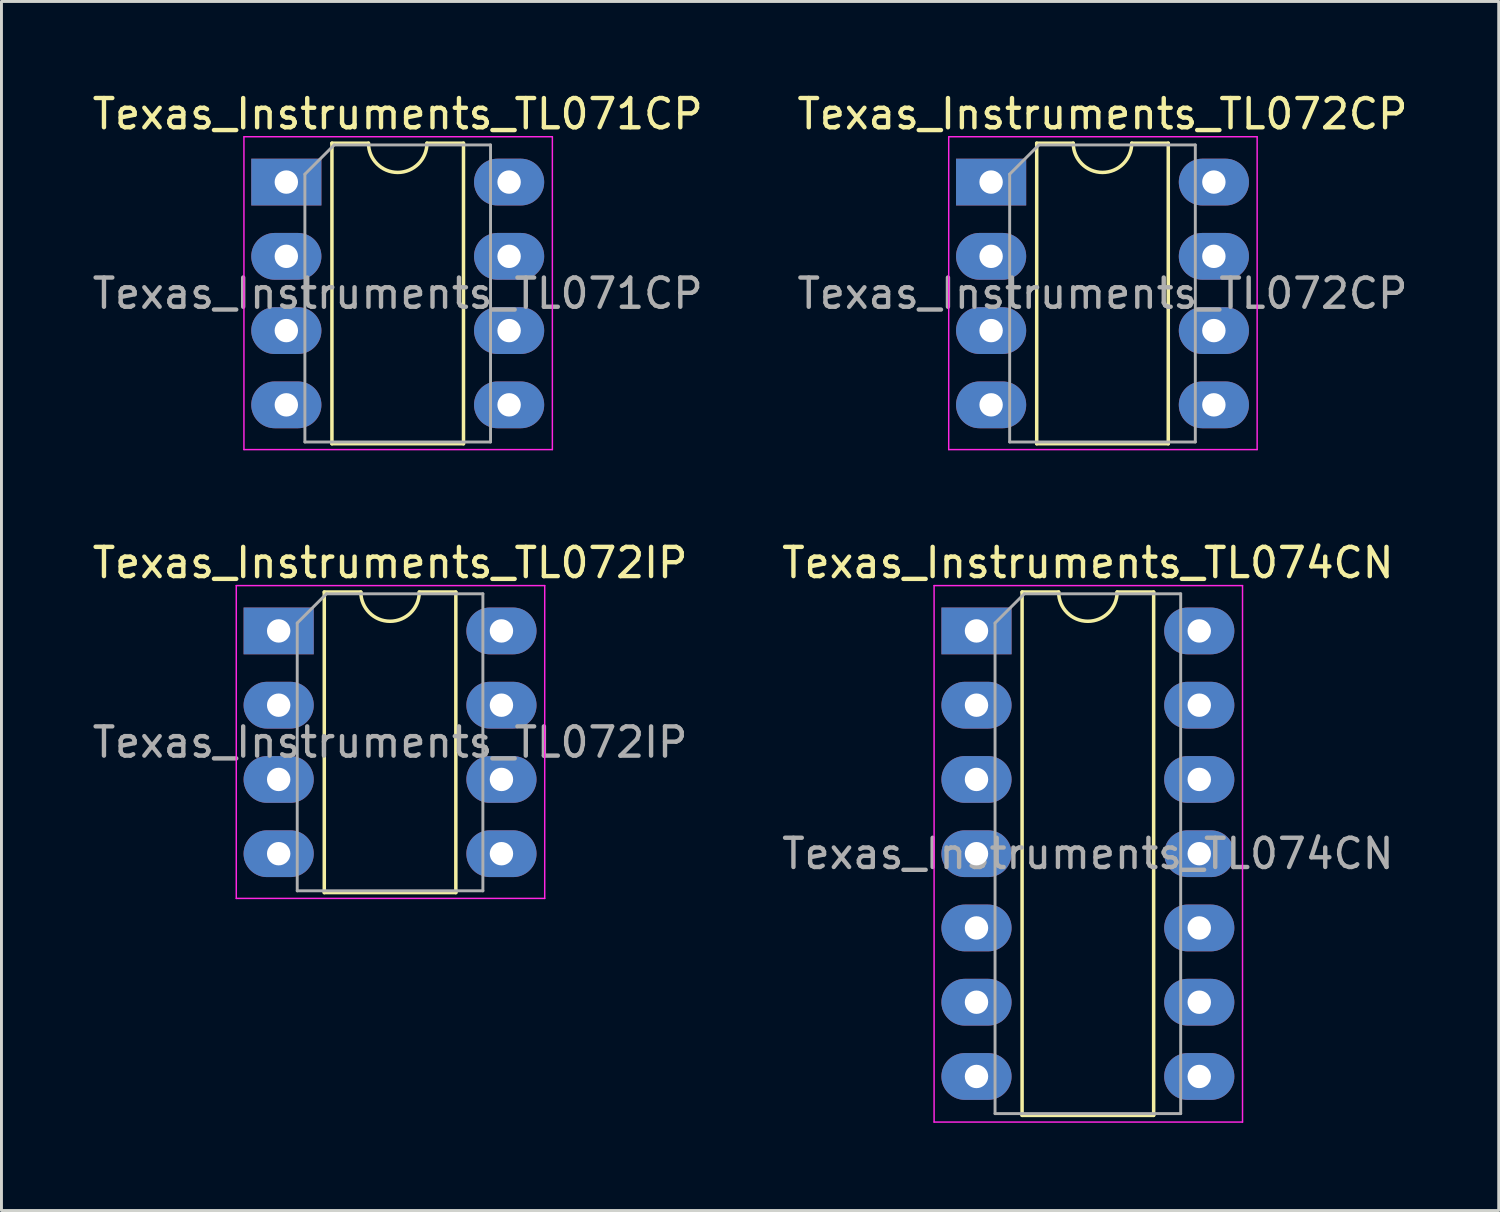
<source format=kicad_pcb>
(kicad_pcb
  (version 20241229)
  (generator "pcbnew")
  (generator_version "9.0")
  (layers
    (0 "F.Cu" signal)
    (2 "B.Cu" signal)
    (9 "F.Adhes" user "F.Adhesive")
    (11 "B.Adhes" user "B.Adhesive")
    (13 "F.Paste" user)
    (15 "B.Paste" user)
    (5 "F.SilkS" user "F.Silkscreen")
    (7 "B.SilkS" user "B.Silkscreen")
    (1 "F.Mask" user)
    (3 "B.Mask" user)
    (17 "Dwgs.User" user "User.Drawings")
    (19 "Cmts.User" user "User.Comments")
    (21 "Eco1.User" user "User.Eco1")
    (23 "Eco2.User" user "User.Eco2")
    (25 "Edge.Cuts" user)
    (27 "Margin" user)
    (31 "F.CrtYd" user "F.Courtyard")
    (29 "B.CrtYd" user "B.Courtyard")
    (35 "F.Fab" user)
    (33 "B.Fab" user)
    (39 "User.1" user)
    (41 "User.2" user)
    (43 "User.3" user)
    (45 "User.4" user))
  (footprint "Texas_Instruments_TL072CP"
    (layer "F.Cu")
    (at 34.661 6.988)
    (property "Reference" "Texas_Instruments_TL072CP" (at 0 -6.14 0) (layer "F.SilkS") (effects (font (size 1 1) (thickness 0.15))))
    (attr through_hole)
    (fp_line (start -2.25 -5.14) (end -2.25 5.14) (stroke (width 0.12) (type solid)) (layer "F.SilkS"))
    (fp_line (start -2.25 5.14) (end 2.25 5.14) (stroke (width 0.12) (type solid)) (layer "F.SilkS"))
    (fp_line (start -1 -5.14) (end -2.25 -5.14) (stroke (width 0.12) (type solid)) (layer "F.SilkS"))
    (fp_line (start 2.25 -5.14) (end 1 -5.14) (stroke (width 0.12) (type solid)) (layer "F.SilkS"))
    (fp_line (start 2.25 5.14) (end 2.25 -5.14) (stroke (width 0.12) (type solid)) (layer "F.SilkS"))
    (fp_arc (start 1 -5.14) (mid 0 -4.14) (end -1 -5.14) (stroke (width 0.12) (type solid)) (layer "F.SilkS"))
    (fp_line (start -5.26 -5.36) (end -5.26 5.34) (stroke (width 0.05) (type solid)) (layer "F.CrtYd"))
    (fp_line (start -5.26 5.34) (end 5.29 5.34) (stroke (width 0.05) (type solid)) (layer "F.CrtYd"))
    (fp_line (start 5.29 -5.36) (end -5.26 -5.36) (stroke (width 0.05) (type solid)) (layer "F.CrtYd"))
    (fp_line (start 5.29 5.34) (end 5.29 -5.36) (stroke (width 0.05) (type solid)) (layer "F.CrtYd"))
    (fp_line (start -3.175 -4.08) (end -2.175 -5.08) (stroke (width 0.1) (type solid)) (layer "F.Fab"))
    (fp_line (start -3.175 5.08) (end -3.175 -4.08) (stroke (width 0.1) (type solid)) (layer "F.Fab"))
    (fp_line (start -2.175 -5.08) (end 3.175 -5.08) (stroke (width 0.1) (type solid)) (layer "F.Fab"))
    (fp_line (start 3.175 -5.08) (end 3.175 5.08) (stroke (width 0.1) (type solid)) (layer "F.Fab"))
    (fp_line (start 3.175 5.08) (end -3.175 5.08) (stroke (width 0.1) (type solid)) (layer "F.Fab"))
    (fp_text user "${REFERENCE}" (at 0 0 0) (layer "F.Fab") (effects (font (size 1 1) (thickness 0.15))))
    (pad "1" thru_hole rect (at -3.81 -3.81) (size 2.4 1.6) (drill 0.8) (layers "*.Cu" "*.Mask"))
    (pad "2" thru_hole oval (at -3.81 -1.27) (size 2.4 1.6) (drill 0.8) (layers "*.Cu" "*.Mask"))
    (pad "3" thru_hole oval (at -3.81 1.27) (size 2.4 1.6) (drill 0.8) (layers "*.Cu" "*.Mask"))
    (pad "4" thru_hole oval (at -3.81 3.81) (size 2.4 1.6) (drill 0.8) (layers "*.Cu" "*.Mask"))
    (pad "5" thru_hole oval (at 3.81 3.81) (size 2.4 1.6) (drill 0.8) (layers "*.Cu" "*.Mask"))
    (pad "6" thru_hole oval (at 3.81 1.27) (size 2.4 1.6) (drill 0.8) (layers "*.Cu" "*.Mask"))
    (pad "7" thru_hole oval (at 3.81 -1.27) (size 2.4 1.6) (drill 0.8) (layers "*.Cu" "*.Mask"))
    (pad "8" thru_hole oval (at 3.81 -3.81) (size 2.4 1.6) (drill 0.8) (layers "*.Cu" "*.Mask")))
  (footprint "Texas_Instruments_TL072IP"
    (layer "F.Cu")
    (at 10.292 22.341)
    (property "Reference" "Texas_Instruments_TL072IP" (at 0 -6.14 0) (layer "F.SilkS") (effects (font (size 1 1) (thickness 0.15))))
    (attr through_hole)
    (fp_line (start -2.25 -5.14) (end -2.25 5.14) (stroke (width 0.12) (type solid)) (layer "F.SilkS"))
    (fp_line (start -2.25 5.14) (end 2.25 5.14) (stroke (width 0.12) (type solid)) (layer "F.SilkS"))
    (fp_line (start -1 -5.14) (end -2.25 -5.14) (stroke (width 0.12) (type solid)) (layer "F.SilkS"))
    (fp_line (start 2.25 -5.14) (end 1 -5.14) (stroke (width 0.12) (type solid)) (layer "F.SilkS"))
    (fp_line (start 2.25 5.14) (end 2.25 -5.14) (stroke (width 0.12) (type solid)) (layer "F.SilkS"))
    (fp_arc (start 1 -5.14) (mid 0 -4.14) (end -1 -5.14) (stroke (width 0.12) (type solid)) (layer "F.SilkS"))
    (fp_line (start -5.26 -5.36) (end -5.26 5.34) (stroke (width 0.05) (type solid)) (layer "F.CrtYd"))
    (fp_line (start -5.26 5.34) (end 5.29 5.34) (stroke (width 0.05) (type solid)) (layer "F.CrtYd"))
    (fp_line (start 5.29 -5.36) (end -5.26 -5.36) (stroke (width 0.05) (type solid)) (layer "F.CrtYd"))
    (fp_line (start 5.29 5.34) (end 5.29 -5.36) (stroke (width 0.05) (type solid)) (layer "F.CrtYd"))
    (fp_line (start -3.175 -4.08) (end -2.175 -5.08) (stroke (width 0.1) (type solid)) (layer "F.Fab"))
    (fp_line (start -3.175 5.08) (end -3.175 -4.08) (stroke (width 0.1) (type solid)) (layer "F.Fab"))
    (fp_line (start -2.175 -5.08) (end 3.175 -5.08) (stroke (width 0.1) (type solid)) (layer "F.Fab"))
    (fp_line (start 3.175 -5.08) (end 3.175 5.08) (stroke (width 0.1) (type solid)) (layer "F.Fab"))
    (fp_line (start 3.175 5.08) (end -3.175 5.08) (stroke (width 0.1) (type solid)) (layer "F.Fab"))
    (fp_text user "${REFERENCE}" (at 0 0 0) (layer "F.Fab") (effects (font (size 1 1) (thickness 0.15))))
    (pad "1" thru_hole rect (at -3.81 -3.81) (size 2.4 1.6) (drill 0.8) (layers "*.Cu" "*.Mask"))
    (pad "2" thru_hole oval (at -3.81 -1.27) (size 2.4 1.6) (drill 0.8) (layers "*.Cu" "*.Mask"))
    (pad "3" thru_hole oval (at -3.81 1.27) (size 2.4 1.6) (drill 0.8) (layers "*.Cu" "*.Mask"))
    (pad "4" thru_hole oval (at -3.81 3.81) (size 2.4 1.6) (drill 0.8) (layers "*.Cu" "*.Mask"))
    (pad "5" thru_hole oval (at 3.81 3.81) (size 2.4 1.6) (drill 0.8) (layers "*.Cu" "*.Mask"))
    (pad "6" thru_hole oval (at 3.81 1.27) (size 2.4 1.6) (drill 0.8) (layers "*.Cu" "*.Mask"))
    (pad "7" thru_hole oval (at 3.81 -1.27) (size 2.4 1.6) (drill 0.8) (layers "*.Cu" "*.Mask"))
    (pad "8" thru_hole oval (at 3.81 -3.81) (size 2.4 1.6) (drill 0.8) (layers "*.Cu" "*.Mask")))
  (footprint "Texas_Instruments_TL071CP"
    (layer "F.Cu")
    (at 10.554 6.988)
    (property "Reference" "Texas_Instruments_TL071CP" (at 0 -6.14 0) (layer "F.SilkS") (effects (font (size 1 1) (thickness 0.15))))
    (attr through_hole)
    (fp_line (start -2.25 -5.14) (end -2.25 5.14) (stroke (width 0.12) (type solid)) (layer "F.SilkS"))
    (fp_line (start -2.25 5.14) (end 2.25 5.14) (stroke (width 0.12) (type solid)) (layer "F.SilkS"))
    (fp_line (start -1 -5.14) (end -2.25 -5.14) (stroke (width 0.12) (type solid)) (layer "F.SilkS"))
    (fp_line (start 2.25 -5.14) (end 1 -5.14) (stroke (width 0.12) (type solid)) (layer "F.SilkS"))
    (fp_line (start 2.25 5.14) (end 2.25 -5.14) (stroke (width 0.12) (type solid)) (layer "F.SilkS"))
    (fp_arc (start 1 -5.14) (mid 0 -4.14) (end -1 -5.14) (stroke (width 0.12) (type solid)) (layer "F.SilkS"))
    (fp_line (start -5.26 -5.36) (end -5.26 5.34) (stroke (width 0.05) (type solid)) (layer "F.CrtYd"))
    (fp_line (start -5.26 5.34) (end 5.29 5.34) (stroke (width 0.05) (type solid)) (layer "F.CrtYd"))
    (fp_line (start 5.29 -5.36) (end -5.26 -5.36) (stroke (width 0.05) (type solid)) (layer "F.CrtYd"))
    (fp_line (start 5.29 5.34) (end 5.29 -5.36) (stroke (width 0.05) (type solid)) (layer "F.CrtYd"))
    (fp_line (start -3.175 -4.08) (end -2.175 -5.08) (stroke (width 0.1) (type solid)) (layer "F.Fab"))
    (fp_line (start -3.175 5.08) (end -3.175 -4.08) (stroke (width 0.1) (type solid)) (layer "F.Fab"))
    (fp_line (start -2.175 -5.08) (end 3.175 -5.08) (stroke (width 0.1) (type solid)) (layer "F.Fab"))
    (fp_line (start 3.175 -5.08) (end 3.175 5.08) (stroke (width 0.1) (type solid)) (layer "F.Fab"))
    (fp_line (start 3.175 5.08) (end -3.175 5.08) (stroke (width 0.1) (type solid)) (layer "F.Fab"))
    (fp_text user "${REFERENCE}" (at 0 0 0) (layer "F.Fab") (effects (font (size 1 1) (thickness 0.15))))
    (pad "1" thru_hole rect (at -3.81 -3.81) (size 2.4 1.6) (drill 0.8) (layers "*.Cu" "*.Mask"))
    (pad "2" thru_hole oval (at -3.81 -1.27) (size 2.4 1.6) (drill 0.8) (layers "*.Cu" "*.Mask"))
    (pad "3" thru_hole oval (at -3.81 1.27) (size 2.4 1.6) (drill 0.8) (layers "*.Cu" "*.Mask"))
    (pad "4" thru_hole oval (at -3.81 3.81) (size 2.4 1.6) (drill 0.8) (layers "*.Cu" "*.Mask"))
    (pad "5" thru_hole oval (at 3.81 3.81) (size 2.4 1.6) (drill 0.8) (layers "*.Cu" "*.Mask"))
    (pad "6" thru_hole oval (at 3.81 1.27) (size 2.4 1.6) (drill 0.8) (layers "*.Cu" "*.Mask"))
    (pad "7" thru_hole oval (at 3.81 -1.27) (size 2.4 1.6) (drill 0.8) (layers "*.Cu" "*.Mask"))
    (pad "8" thru_hole oval (at 3.81 -3.81) (size 2.4 1.6) (drill 0.8) (layers "*.Cu" "*.Mask")))
  (footprint "Texas_Instruments_TL074CN"
    (layer "F.Cu")
    (at 34.161 26.151)
    (property "Reference" "Texas_Instruments_TL074CN" (at 0 -9.95 0) (layer "F.SilkS") (effects (font (size 1 1) (thickness 0.15))))
    (attr through_hole)
    (fp_line (start -2.25 -8.95) (end -2.25 8.95) (stroke (width 0.12) (type solid)) (layer "F.SilkS"))
    (fp_line (start -2.25 8.95) (end 2.25 8.95) (stroke (width 0.12) (type solid)) (layer "F.SilkS"))
    (fp_line (start -1 -8.95) (end -2.25 -8.95) (stroke (width 0.12) (type solid)) (layer "F.SilkS"))
    (fp_line (start 2.25 -8.95) (end 1 -8.95) (stroke (width 0.12) (type solid)) (layer "F.SilkS"))
    (fp_line (start 2.25 8.95) (end 2.25 -8.95) (stroke (width 0.12) (type solid)) (layer "F.SilkS"))
    (fp_arc (start 1 -8.95) (mid 0 -7.95) (end -1 -8.95) (stroke (width 0.12) (type solid)) (layer "F.SilkS"))
    (fp_line (start -5.26 -9.17) (end -5.26 9.18) (stroke (width 0.05) (type solid)) (layer "F.CrtYd"))
    (fp_line (start -5.26 9.18) (end 5.29 9.18) (stroke (width 0.05) (type solid)) (layer "F.CrtYd"))
    (fp_line (start 5.29 -9.17) (end -5.26 -9.17) (stroke (width 0.05) (type solid)) (layer "F.CrtYd"))
    (fp_line (start 5.29 9.18) (end 5.29 -9.17) (stroke (width 0.05) (type solid)) (layer "F.CrtYd"))
    (fp_line (start -3.175 -7.89) (end -2.175 -8.89) (stroke (width 0.1) (type solid)) (layer "F.Fab"))
    (fp_line (start -3.175 8.89) (end -3.175 -7.89) (stroke (width 0.1) (type solid)) (layer "F.Fab"))
    (fp_line (start -2.175 -8.89) (end 3.175 -8.89) (stroke (width 0.1) (type solid)) (layer "F.Fab"))
    (fp_line (start 3.175 -8.89) (end 3.175 8.89) (stroke (width 0.1) (type solid)) (layer "F.Fab"))
    (fp_line (start 3.175 8.89) (end -3.175 8.89) (stroke (width 0.1) (type solid)) (layer "F.Fab"))
    (fp_text user "${REFERENCE}" (at 0 0 0) (layer "F.Fab") (effects (font (size 1 1) (thickness 0.15))))
    (pad "1" thru_hole rect (at -3.81 -7.62) (size 2.4 1.6) (drill 0.8) (layers "*.Cu" "*.Mask"))
    (pad "2" thru_hole oval (at -3.81 -5.08) (size 2.4 1.6) (drill 0.8) (layers "*.Cu" "*.Mask"))
    (pad "3" thru_hole oval (at -3.81 -2.54) (size 2.4 1.6) (drill 0.8) (layers "*.Cu" "*.Mask"))
    (pad "4" thru_hole oval (at -3.81 0) (size 2.4 1.6) (drill 0.8) (layers "*.Cu" "*.Mask"))
    (pad "5" thru_hole oval (at -3.81 2.54) (size 2.4 1.6) (drill 0.8) (layers "*.Cu" "*.Mask"))
    (pad "6" thru_hole oval (at -3.81 5.08) (size 2.4 1.6) (drill 0.8) (layers "*.Cu" "*.Mask"))
    (pad "7" thru_hole oval (at -3.81 7.62) (size 2.4 1.6) (drill 0.8) (layers "*.Cu" "*.Mask"))
    (pad "8" thru_hole oval (at 3.81 7.62) (size 2.4 1.6) (drill 0.8) (layers "*.Cu" "*.Mask"))
    (pad "9" thru_hole oval (at 3.81 5.08) (size 2.4 1.6) (drill 0.8) (layers "*.Cu" "*.Mask"))
    (pad "10" thru_hole oval (at 3.81 2.54) (size 2.4 1.6) (drill 0.8) (layers "*.Cu" "*.Mask"))
    (pad "11" thru_hole oval (at 3.81 0) (size 2.4 1.6) (drill 0.8) (layers "*.Cu" "*.Mask"))
    (pad "12" thru_hole oval (at 3.81 -2.54) (size 2.4 1.6) (drill 0.8) (layers "*.Cu" "*.Mask"))
    (pad "13" thru_hole oval (at 3.81 -5.08) (size 2.4 1.6) (drill 0.8) (layers "*.Cu" "*.Mask"))
    (pad "14" thru_hole oval (at 3.81 -7.62) (size 2.4 1.6) (drill 0.8) (layers "*.Cu" "*.Mask")))
  (gr_rect
    (start -3 -3)
    (end 48.214 38.356)
    (stroke (width 0.1) (type default))
    (fill no)
    (layer "Edge.Cuts")))
</source>
